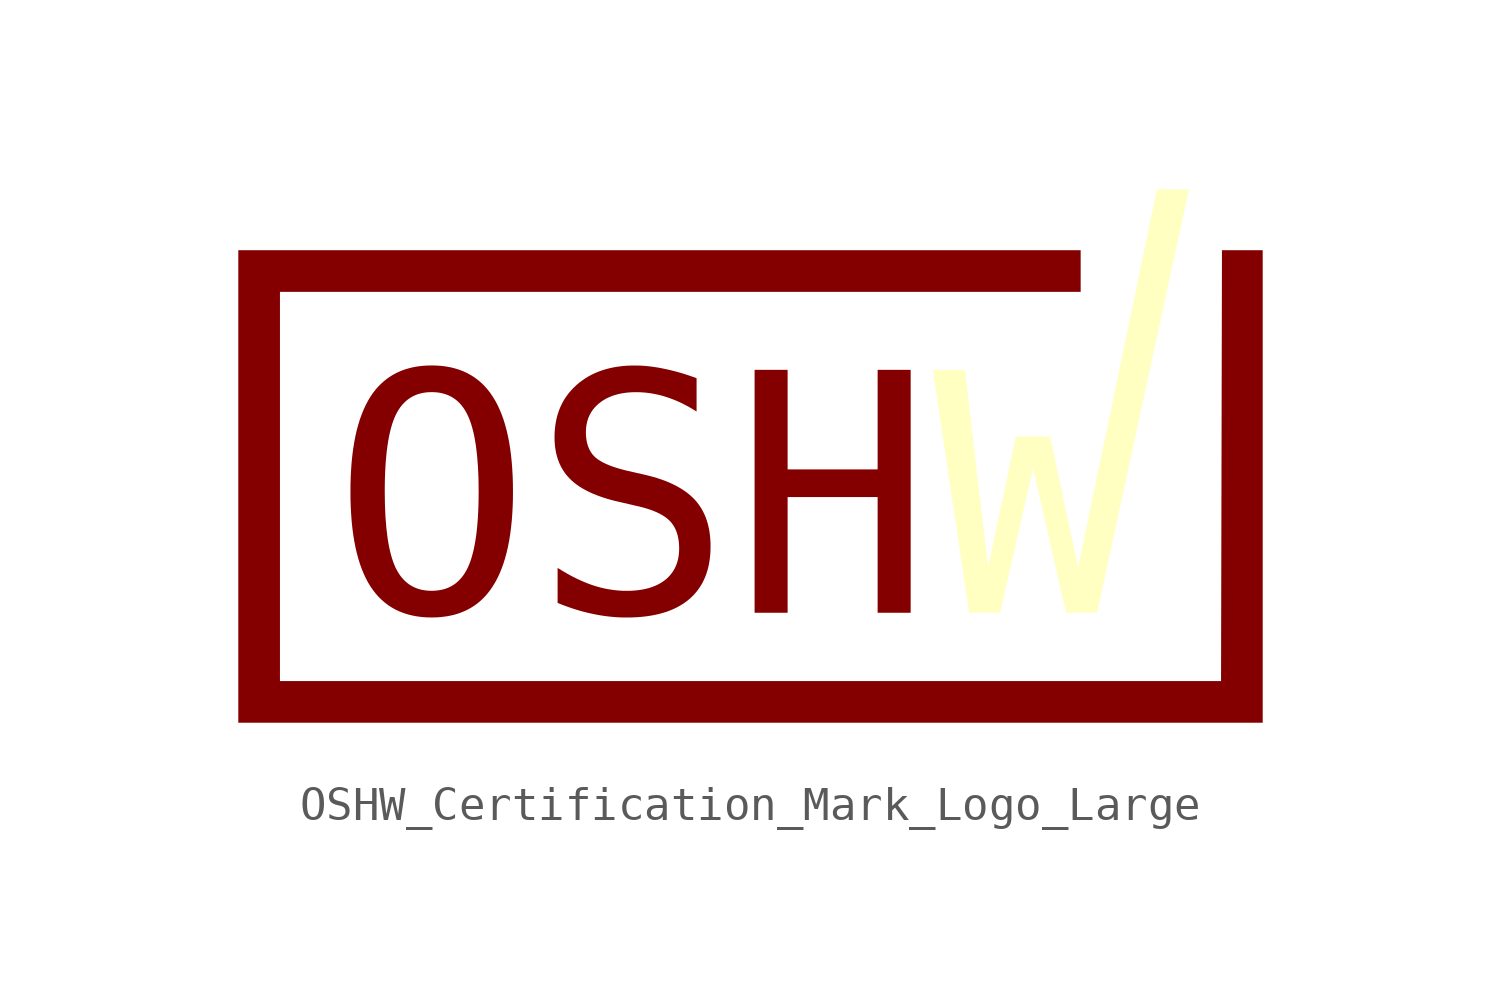
<source format=kicad_sym>
(kicad_symbol_lib
  (version 20241209)
  (generator "kicad_symbol_editor")
  (generator_version "9.0")
  (symbol "OSHW_Certification_Mark_Logo_Large"
    (property "Reference" "LOGO"
      (at 0 0 0)
      (effects (font (size 1.27 1.27)) (hide yes)))
    (symbol "OSHW_Certification_Mark_Logo_Large_0_1"
      (polyline (pts (xy -6.956 -1.072) (xy -6.956 -1.072) (xy -6.956 -1.072)) (stroke (width -0.0001) (type default)) (fill (type background)))
      (polyline (pts (xy -1.579 2.248) (xy -1.579 2.248) (xy -1.579 2.248)) (stroke (width -0.0001) (type default)) (fill (type background)))
      (polyline (pts (xy 10.152 -4.622) (xy 9.242 -4.622) (xy 8.274 -0.396) (xy 7.312 -4.622) (xy 6.402 -4.622) (xy 5.339 2.492) (xy 6.278 2.492) (xy 6.959 -3.283) (xy 7.769 0.538) (xy 8.775 0.538) (xy 9.594 -3.293) (xy 11.902 7.778) (xy 12.841 7.778)) (stroke (width -0.0001) (type default)) (fill (type background))))
    (symbol "OSHW_Certification_Mark_Logo_Large_1_1"
      (polyline (pts (xy -9.19 2.617) (xy -9.047 2.607) (xy -8.908 2.589) (xy -8.774 2.564) (xy -8.645 2.531) (xy -8.521 2.492) (xy -8.402 2.446) (xy -8.288 2.392) (xy -8.178 2.331) (xy -8.073 2.263) (xy -7.973 2.188) (xy -7.878 2.106) (xy -7.788 2.017) (xy -7.703 1.92) (xy -7.622 1.817) (xy -7.547 1.706) (xy -7.475 1.588) (xy -7.408 1.462) (xy -7.346 1.329) (xy -7.288 1.189) (xy -7.235 1.042) (xy -7.187 0.886) (xy -7.143 0.724) (xy -7.104 0.554) (xy -7.069 0.377) (xy -7.039 0.192) (xy -7.014 -0.0003) (xy -6.993 -0.2) (xy -6.977 -0.407) (xy -6.965 -0.621) (xy -6.958 -0.843) (xy -6.956 -1.072) (xy -6.958 -1.301) (xy -6.965 -1.522) (xy -6.977 -1.736) (xy -6.993 -1.942) (xy -7.014 -2.141) (xy -7.039 -2.333) (xy -7.069 -2.518) (xy -7.104 -2.695) (xy -7.143 -2.864) (xy -7.187 -3.026) (xy -7.235 -3.181) (xy -7.288 -3.329) (xy -7.346 -3.469) (xy -7.408 -3.602) (xy -7.475 -3.727) (xy -7.547 -3.845) (xy -7.584 -3.902) (xy -7.622 -3.956) (xy -7.662 -4.009) (xy -7.703 -4.06) (xy -7.745 -4.109) (xy -7.788 -4.156) (xy -7.833 -4.202) (xy -7.878 -4.246) (xy -7.925 -4.288) (xy -7.973 -4.328) (xy -8.023 -4.366) (xy -8.073 -4.403) (xy -8.125 -4.438) (xy -8.178 -4.471) (xy -8.232 -4.502) (xy -8.288 -4.532) (xy -8.344 -4.559) (xy -8.402 -4.585) (xy -8.461 -4.609) (xy -8.521 -4.632) (xy -8.583 -4.652) (xy -8.645 -4.671) (xy -8.709 -4.688) (xy -8.774 -4.703) (xy -8.841 -4.716) (xy -8.908 -4.728) (xy -9.047 -4.746) (xy -9.19 -4.757) (xy -9.338 -4.76) (xy -9.487 -4.757) (xy -9.63 -4.746) (xy -9.769 -4.728) (xy -9.902 -4.703) (xy -10.031 -4.671) (xy -10.155 -4.632) (xy -10.275 -4.586) (xy -10.389 -4.533) (xy -10.499 -4.472) (xy -10.603 -4.405) (xy -10.703 -4.33) (xy -10.798 -4.248) (xy -10.889 -4.159) (xy -10.974 -4.063) (xy -11.054 -3.96) (xy -11.13 -3.85) (xy -11.201 -3.733) (xy -11.267 -3.608) (xy -11.329 -3.475) (xy -11.386 -3.335) (xy -11.439 -3.188) (xy -11.487 -3.033) (xy -11.531 -2.87) (xy -11.57 -2.7) (xy -11.604 -2.523) (xy -11.634 -2.338) (xy -11.659 -2.146) (xy -11.68 -1.946) (xy -11.695 -1.739) (xy -11.707 -1.524) (xy -11.714 -1.302) (xy -11.716 -1.072) (xy -10.711 -1.072) (xy -10.706 -1.449) (xy -10.691 -1.798) (xy -10.666 -2.119) (xy -10.631 -2.412) (xy -10.61 -2.549) (xy -10.586 -2.678) (xy -10.56 -2.8) (xy -10.531 -2.915) (xy -10.5 -3.024) (xy -10.466 -3.125) (xy -10.43 -3.219) (xy -10.392 -3.307) (xy -10.349 -3.388) (xy -10.327 -3.427) (xy -10.304 -3.464) (xy -10.28 -3.5) (xy -10.256 -3.535) (xy -10.23 -3.569) (xy -10.204 -3.601) (xy -10.177 -3.632) (xy -10.149 -3.661) (xy -10.121 -3.689) (xy -10.091 -3.716) (xy -10.061 -3.742) (xy -10.03 -3.766) (xy -9.999 -3.789) (xy -9.966 -3.811) (xy -9.933 -3.831) (xy -9.899 -3.85) (xy -9.864 -3.868) (xy -9.828 -3.884) (xy -9.792 -3.899) (xy -9.755 -3.913) (xy -9.716 -3.926) (xy -9.678 -3.937) (xy -9.638 -3.947) (xy -9.598 -3.955) (xy -9.556 -3.962) (xy -9.514 -3.968) (xy -9.472 -3.973) (xy -9.428 -3.976) (xy -9.338 -3.979) (xy -9.248 -3.976) (xy -9.161 -3.968) (xy -9.078 -3.955) (xy -8.997 -3.937) (xy -8.92 -3.914) (xy -8.846 -3.885) (xy -8.776 -3.851) (xy -8.708 -3.812) (xy -8.644 -3.768) (xy -8.583 -3.718) (xy -8.525 -3.663) (xy -8.471 -3.603) (xy -8.42 -3.538) (xy -8.372 -3.468) (xy -8.327 -3.392) (xy -8.285 -3.312) (xy -8.246 -3.224) (xy -8.209 -3.13) (xy -8.175 -3.028) (xy -8.144 -2.92) (xy -8.114 -2.804) (xy -8.088 -2.682) (xy -8.064 -2.552) (xy -8.042 -2.416) (xy -8.023 -2.272) (xy -8.007 -2.122) (xy -7.993 -1.964) (xy -7.982 -1.8) (xy -7.973 -1.628) (xy -7.966 -1.45) (xy -7.963 -1.264) (xy -7.961 -1.072) (xy -7.966 -0.694) (xy -7.982 -0.344) (xy -8.007 -0.022) (xy -8.042 0.272) (xy -8.064 0.408) (xy -8.088 0.538) (xy -8.114 0.66) (xy -8.144 0.776) (xy -8.175 0.884) (xy -8.209 0.986) (xy -8.246 1.08) (xy -8.285 1.167) (xy -8.327 1.249) (xy -8.349 1.288) (xy -8.372 1.325) (xy -8.395 1.361) (xy -8.42 1.396) (xy -8.445 1.429) (xy -8.471 1.462) (xy -8.498 1.492) (xy -8.525 1.522) (xy -8.554 1.55) (xy -8.583 1.577) (xy -8.613 1.603) (xy -8.644 1.627) (xy -8.676 1.65) (xy -8.708 1.671) (xy -8.742 1.692) (xy -8.776 1.711) (xy -8.811 1.728) (xy -8.846 1.745) (xy -8.883 1.76) (xy -8.92 1.774) (xy -8.958 1.786) (xy -8.997 1.797) (xy -9.037 1.807) (xy -9.078 1.816) (xy -9.119 1.823) (xy -9.161 1.829) (xy -9.204 1.833) (xy -9.248 1.837) (xy -9.338 1.839) (xy -9.428 1.837) (xy -9.514 1.829) (xy -9.598 1.816) (xy -9.678 1.797) (xy -9.755 1.774) (xy -9.828 1.745) (xy -9.899 1.711) (xy -9.966 1.671) (xy -10.03 1.627) (xy -10.091 1.577) (xy -10.149 1.522) (xy -10.204 1.462) (xy -10.256 1.396) (xy -10.304 1.325) (xy -10.349 1.249) (xy -10.392 1.167) (xy -10.43 1.08) (xy -10.466 0.986) (xy -10.5 0.884) (xy -10.531 0.776) (xy -10.56 0.66) (xy -10.586 0.538) (xy -10.61 0.408) (xy -10.631 0.272) (xy -10.65 0.128) (xy -10.666 -0.022) (xy -10.68 -0.18) (xy -10.691 -0.344) (xy -10.7 -0.516) (xy -10.706 -0.694) (xy -10.71 -0.88) (xy -10.711 -1.072) (xy -11.716 -1.072) (xy -11.716 -1.072) (xy -11.714 -0.843) (xy -11.707 -0.621) (xy -11.695 -0.407) (xy -11.68 -0.2) (xy -11.659 -0.0003) (xy -11.634 0.192) (xy -11.604 0.377) (xy -11.57 0.554) (xy -11.531 0.724) (xy -11.487 0.886) (xy -11.439 1.042) (xy -11.386 1.189) (xy -11.329 1.329) (xy -11.267 1.462) (xy -11.201 1.588) (xy -11.13 1.706) (xy -11.092 1.762) (xy -11.054 1.817) (xy -11.014 1.869) (xy -10.973 1.92) (xy -10.931 1.97) (xy -10.887 2.017) (xy -10.842 2.062) (xy -10.796 2.106) (xy -10.749 2.148) (xy -10.701 2.188) (xy -10.652 2.227) (xy -10.601 2.263) (xy -10.549 2.298) (xy -10.496 2.331) (xy -10.442 2.363) (xy -10.387 2.392) (xy -10.33 2.42) (xy -10.272 2.446) (xy -10.213 2.47) (xy -10.153 2.492) (xy -10.092 2.513) (xy -10.029 2.531) (xy -9.966 2.548) (xy -9.901 2.564) (xy -9.767 2.589) (xy -9.629 2.607) (xy -9.486 2.617) (xy -9.338 2.621)) (stroke (width -0.0001) (type default)) (fill (type outline)))
      (polyline (pts (xy -3.292 2.618) (xy -3.187 2.614) (xy -3.082 2.606) (xy -2.974 2.596) (xy -2.866 2.582) (xy -2.756 2.566) (xy -2.645 2.547) (xy -2.533 2.524) (xy -2.419 2.5) (xy -2.303 2.473) (xy -2.186 2.443) (xy -2.068 2.41) (xy -1.948 2.374) (xy -1.827 2.335) (xy -1.704 2.293) (xy -1.579 2.248) (xy -1.579 1.271) (xy -1.689 1.339) (xy -1.799 1.403) (xy -1.909 1.462) (xy -2.019 1.518) (xy -2.129 1.569) (xy -2.24 1.615) (xy -2.35 1.657) (xy -2.461 1.695) (xy -2.571 1.729) (xy -2.681 1.758) (xy -2.791 1.782) (xy -2.902 1.802) (xy -3.013 1.818) (xy -3.124 1.829) (xy -3.236 1.836) (xy -3.347 1.838) (xy -3.431 1.837) (xy -3.513 1.833) (xy -3.593 1.827) (xy -3.67 1.818) (xy -3.745 1.807) (xy -3.818 1.793) (xy -3.889 1.777) (xy -3.957 1.758) (xy -4.023 1.737) (xy -4.087 1.713) (xy -4.149 1.687) (xy -4.209 1.659) (xy -4.266 1.627) (xy -4.321 1.594) (xy -4.374 1.558) (xy -4.424 1.519) (xy -4.472 1.479) (xy -4.517 1.437) (xy -4.559 1.393) (xy -4.597 1.348) (xy -4.633 1.3) (xy -4.665 1.252) (xy -4.694 1.201) (xy -4.721 1.148) (xy -4.744 1.094) (xy -4.764 1.038) (xy -4.781 0.981) (xy -4.795 0.921) (xy -4.806 0.86) (xy -4.814 0.797) (xy -4.818 0.732) (xy -4.82 0.666) (xy -4.819 0.608) (xy -4.816 0.551) (xy -4.811 0.497) (xy -4.804 0.444) (xy -4.795 0.393) (xy -4.784 0.344) (xy -4.77 0.296) (xy -4.755 0.25) (xy -4.738 0.206) (xy -4.719 0.164) (xy -4.698 0.123) (xy -4.675 0.084) (xy -4.65 0.047) (xy -4.623 0.012) (xy -4.593 -0.022) (xy -4.562 -0.054) (xy -4.528 -0.084) (xy -4.49 -0.114) (xy -4.448 -0.144) (xy -4.403 -0.172) (xy -4.355 -0.201) (xy -4.303 -0.228) (xy -4.247 -0.255) (xy -4.188 -0.281) (xy -4.126 -0.307) (xy -4.06 -0.332) (xy -3.99 -0.356) (xy -3.917 -0.38) (xy -3.841 -0.403) (xy -3.761 -0.425) (xy -3.677 -0.447) (xy -3.59 -0.468) (xy -3.085 -0.583) (xy -2.962 -0.613) (xy -2.844 -0.645) (xy -2.729 -0.679) (xy -2.619 -0.716) (xy -2.513 -0.754) (xy -2.411 -0.795) (xy -2.314 -0.838) (xy -2.22 -0.883) (xy -2.131 -0.93) (xy -2.047 -0.979) (xy -1.966 -1.03) (xy -1.89 -1.083) (xy -1.818 -1.138) (xy -1.75 -1.196) (xy -1.687 -1.255) (xy -1.627 -1.316) (xy -1.572 -1.38) (xy -1.52 -1.447) (xy -1.472 -1.517) (xy -1.427 -1.589) (xy -1.386 -1.664) (xy -1.348 -1.742) (xy -1.314 -1.823) (xy -1.284 -1.907) (xy -1.257 -1.994) (xy -1.234 -2.083) (xy -1.214 -2.175) (xy -1.198 -2.271) (xy -1.186 -2.369) (xy -1.177 -2.469) (xy -1.171 -2.573) (xy -1.17 -2.679) (xy -1.172 -2.804) (xy -1.179 -2.925) (xy -1.192 -3.043) (xy -1.209 -3.156) (xy -1.231 -3.267) (xy -1.258 -3.373) (xy -1.29 -3.475) (xy -1.327 -3.574) (xy -1.369 -3.669) (xy -1.415 -3.76) (xy -1.467 -3.847) (xy -1.524 -3.931) (xy -1.585 -4.011) (xy -1.651 -4.087) (xy -1.722 -4.159) (xy -1.799 -4.228) (xy -1.879 -4.292) (xy -1.965 -4.353) (xy -2.055 -4.409) (xy -2.149 -4.461) (xy -2.248 -4.509) (xy -2.351 -4.553) (xy -2.458 -4.593) (xy -2.571 -4.628) (xy -2.687 -4.659) (xy -2.808 -4.686) (xy -2.934 -4.709) (xy -3.064 -4.728) (xy -3.198 -4.743) (xy -3.337 -4.753) (xy -3.481 -4.759) (xy -3.628 -4.761) (xy -3.754 -4.76) (xy -3.879 -4.755) (xy -4.004 -4.746) (xy -4.13 -4.734) (xy -4.256 -4.719) (xy -4.382 -4.7) (xy -4.508 -4.678) (xy -4.634 -4.652) (xy -4.76 -4.624) (xy -4.887 -4.593) (xy -5.013 -4.558) (xy -5.14 -4.52) (xy -5.267 -4.478) (xy -5.394 -4.433) (xy -5.521 -4.385) (xy -5.649 -4.333) (xy -5.649 -3.308) (xy -5.513 -3.392) (xy -5.379 -3.47) (xy -5.247 -3.543) (xy -5.116 -3.61) (xy -4.988 -3.67) (xy -4.862 -3.725) (xy -4.737 -3.775) (xy -4.615 -3.818) (xy -4.492 -3.856) (xy -4.369 -3.889) (xy -4.246 -3.917) (xy -4.123 -3.939) (xy -3.999 -3.957) (xy -3.876 -3.97) (xy -3.752 -3.978) (xy -3.628 -3.98) (xy -3.539 -3.979) (xy -3.451 -3.975) (xy -3.366 -3.969) (xy -3.284 -3.96) (xy -3.204 -3.948) (xy -3.127 -3.934) (xy -3.053 -3.918) (xy -2.98 -3.899) (xy -2.911 -3.877) (xy -2.844 -3.853) (xy -2.779 -3.827) (xy -2.717 -3.798) (xy -2.658 -3.766) (xy -2.601 -3.732) (xy -2.546 -3.695) (xy -2.494 -3.656) (xy -2.445 -3.614) (xy -2.399 -3.57) (xy -2.357 -3.524) (xy -2.317 -3.475) (xy -2.281 -3.425) (xy -2.248 -3.373) (xy -2.217 -3.319) (xy -2.191 -3.263) (xy -2.167 -3.205) (xy -2.146 -3.144) (xy -2.129 -3.082) (xy -2.115 -3.018) (xy -2.104 -2.952) (xy -2.096 -2.884) (xy -2.091 -2.813) (xy -2.089 -2.741) (xy -2.091 -2.675) (xy -2.094 -2.612) (xy -2.099 -2.55) (xy -2.107 -2.49) (xy -2.117 -2.432) (xy -2.129 -2.376) (xy -2.143 -2.322) (xy -2.16 -2.271) (xy -2.178 -2.221) (xy -2.199 -2.173) (xy -2.222 -2.127) (xy -2.248 -2.083) (xy -2.275 -2.041) (xy -2.305 -2.001) (xy -2.336 -1.962) (xy -2.37 -1.926) (xy -2.407 -1.892) (xy -2.446 -1.858) (xy -2.489 -1.825) (xy -2.535 -1.794) (xy -2.584 -1.763) (xy -2.636 -1.734) (xy -2.692 -1.705) (xy -2.751 -1.677) (xy -2.813 -1.651) (xy -2.878 -1.625) (xy -2.946 -1.601) (xy -3.018 -1.577) (xy -3.093 -1.554) (xy -3.171 -1.533) (xy -3.253 -1.512) (xy -3.338 -1.493) (xy -3.852 -1.373) (xy -3.974 -1.345) (xy -4.092 -1.314) (xy -4.205 -1.282) (xy -4.314 -1.247) (xy -4.419 -1.211) (xy -4.519 -1.173) (xy -4.616 -1.134) (xy -4.708 -1.092) (xy -4.795 -1.049) (xy -4.879 -1.004) (xy -4.958 -0.958) (xy -5.034 -0.909) (xy -5.104 -0.859) (xy -5.171 -0.806) (xy -5.233 -0.753) (xy -5.291 -0.697) (xy -5.346 -0.639) (xy -5.396 -0.579) (xy -5.444 -0.516) (xy -5.487 -0.451) (xy -5.528 -0.384) (xy -5.564 -0.314) (xy -5.598 -0.241) (xy -5.627 -0.167) (xy -5.654 -0.09) (xy -5.676 -0.01) (xy -5.696 0.072) (xy -5.711 0.156) (xy -5.724 0.243) (xy -5.732 0.332) (xy -5.738 0.424) (xy -5.739 0.518) (xy -5.737 0.636) (xy -5.729 0.75) (xy -5.717 0.862) (xy -5.699 0.971) (xy -5.677 1.077) (xy -5.65 1.179) (xy -5.617 1.279) (xy -5.58 1.376) (xy -5.537 1.47) (xy -5.49 1.56) (xy -5.438 1.648) (xy -5.38 1.733) (xy -5.318 1.815) (xy -5.25 1.894) (xy -5.178 1.97) (xy -5.101 2.043) (xy -5.019 2.113) (xy -4.933 2.178) (xy -4.845 2.239) (xy -4.753 2.295) (xy -4.658 2.347) (xy -4.559 2.394) (xy -4.458 2.437) (xy -4.353 2.475) (xy -4.244 2.509) (xy -4.133 2.538) (xy -4.018 2.563) (xy -3.9 2.583) (xy -3.779 2.599) (xy -3.654 2.611) (xy -3.526 2.617) (xy -3.395 2.619)) (stroke (width -0.0001) (type default)) (fill (type outline)))
      (polyline (pts (xy 1.087 -0.424) (xy 3.723 -0.424) (xy 3.723 2.492) (xy 4.69 2.492) (xy 4.69 -4.622) (xy 3.723 -4.622) (xy 3.723 -1.234) (xy 1.087 -1.234) (xy 1.087 -4.622) (xy 0.12 -4.622) (xy 0.12 2.492) (xy 1.087 2.492)) (stroke (width -0.0001) (type default)) (fill (type outline)))
      (polyline (pts (xy 15 -7.843) (xy -15 -7.843) (xy -15 5.995) (xy -15 5.995) (xy 9.669 5.995) (xy 9.669 4.775) (xy -13.78 4.775) (xy -13.78 -6.623) (xy 13.78 -6.623) (xy 13.807 5.995) (xy 15 5.995)) (stroke (width -0.0001) (type default)) (fill (type outline))))))
</source>
